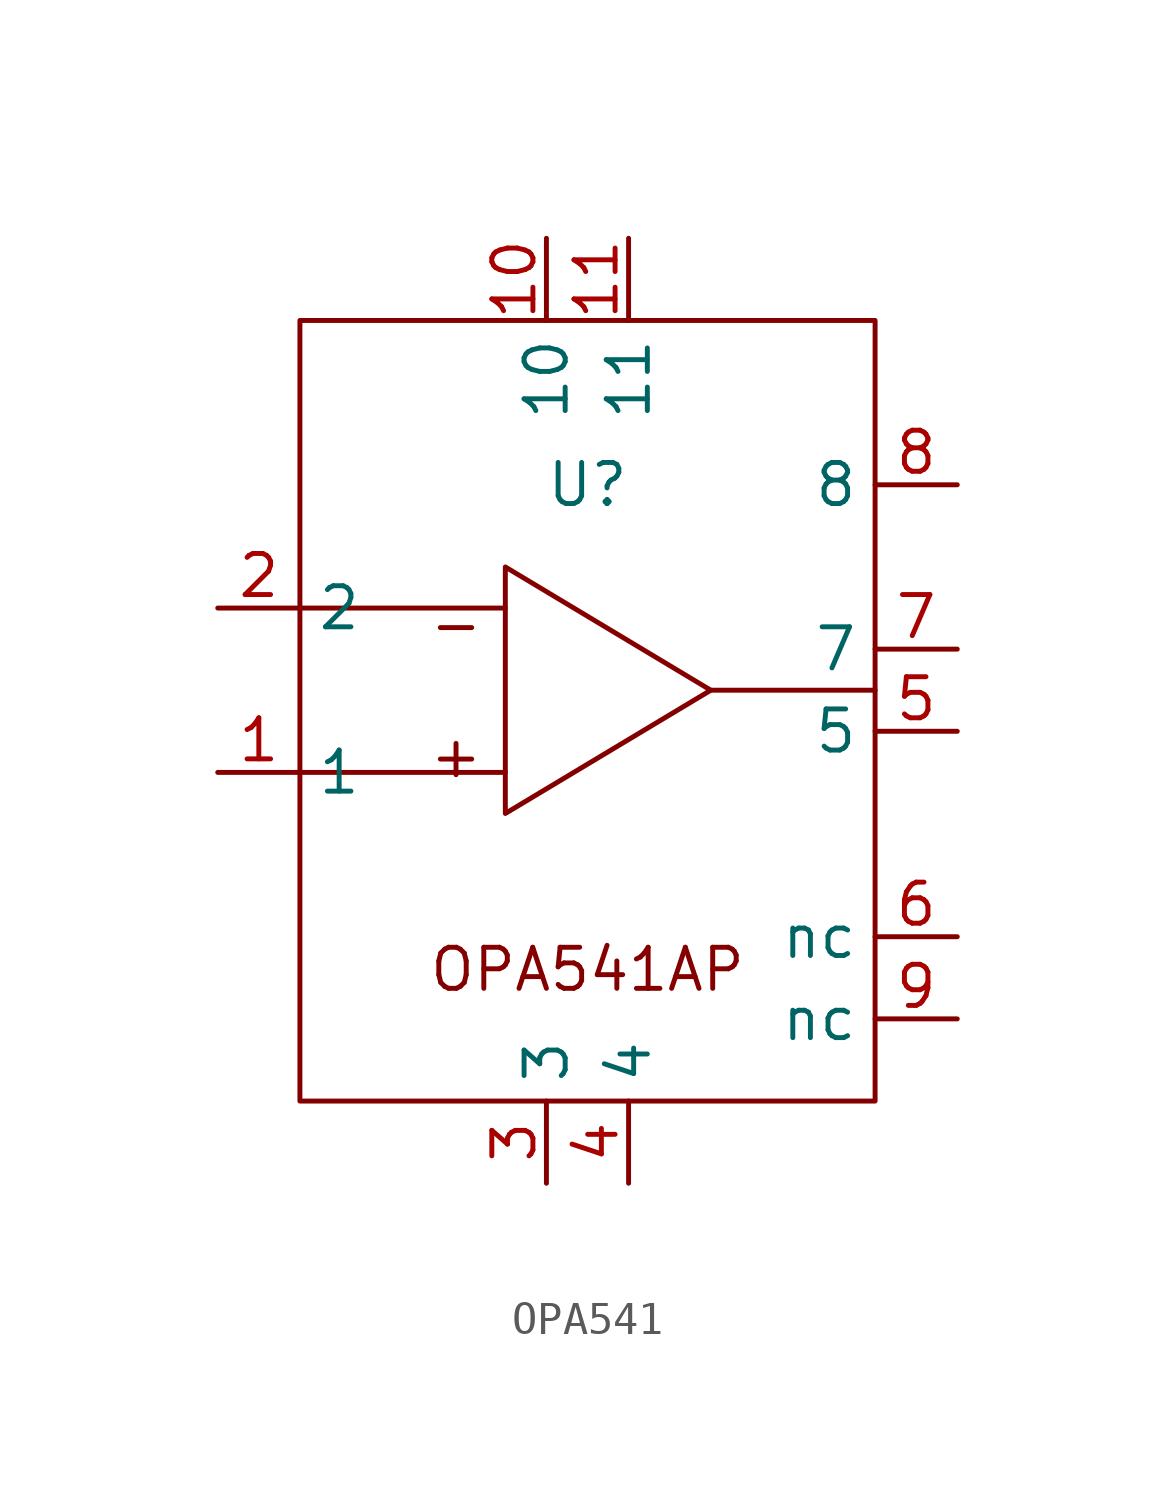
<source format=kicad_sym>
(kicad_symbol_lib
  (version 20231120)
  (generator "kicad_symbol_editor")
  (generator_version "8.0")
  (symbol "OPA541"
    (property "Reference" "U"
      (at 0 6.35 0)
      (effects (font (size 1.27 1.27))))
    (property "Value" ""
      (at 0 0 0)
      (effects (font (size 1.27 1.27))))
    (symbol "OPA541_0_1"
      (rectangle (start -8.89 11.43) (end 8.89 -12.7) (stroke (width 0) (type default)) (fill (type none))))
    (symbol "OPA541_1_1"
      (polyline (pts (xy -8.89 -2.54) (xy -2.54 -2.54)) (stroke (width 0) (type default)) (fill (type none)))
      (polyline (pts (xy -8.89 2.54) (xy -2.54 2.54)) (stroke (width 0) (type default)) (fill (type none)))
      (polyline (pts (xy 3.81 0) (xy 8.89 0)) (stroke (width 0) (type default)) (fill (type none)))
      (polyline (pts (xy -2.54 -3.81) (xy -2.54 3.81) (xy 3.81 0) (xy -2.54 -3.81)) (stroke (width 0) (type default)) (fill (type none)))
      (text "+" (at -4.064 -2.032 0) (effects (font (size 1.27 1.27))))
      (text "-" (at -4.064 2.032 0) (effects (font (size 1.27 1.27))))
      (text "OPA541AP\n" (at 0 -8.636 0) (effects (font (size 1.27 1.27))))
      (pin input line (at -11.43 -2.54 0) (length 2.54) (name "1" (effects (font (size 1.27 1.27)))) (number "1" (effects (font (size 1.27 1.27)))))
      (pin input line (at -1.27 13.97 270) (length 2.54) (name "10" (effects (font (size 1.27 1.27)))) (number "10" (effects (font (size 1.27 1.27)))))
      (pin input line (at 1.27 13.97 270) (length 2.54) (name "11" (effects (font (size 1.27 1.27)))) (number "11" (effects (font (size 1.27 1.27)))))
      (pin input line (at -11.43 2.54 0) (length 2.54) (name "2" (effects (font (size 1.27 1.27)))) (number "2" (effects (font (size 1.27 1.27)))))
      (pin input line (at -1.27 -15.24 90) (length 2.54) (name "3" (effects (font (size 1.27 1.27)))) (number "3" (effects (font (size 1.27 1.27)))))
      (pin input line (at 1.27 -15.24 90) (length 2.54) (name "4" (effects (font (size 1.27 1.27)))) (number "4" (effects (font (size 1.27 1.27)))))
      (pin input line (at 11.43 -1.27 180) (length 2.54) (name "5" (effects (font (size 1.27 1.27)))) (number "5" (effects (font (size 1.27 1.27)))))
      (pin input line (at 11.43 -7.62 180) (length 2.54) (name "nc" (effects (font (size 1.27 1.27)))) (number "6" (effects (font (size 1.27 1.27)))))
      (pin input line (at 11.43 1.27 180) (length 2.54) (name "7" (effects (font (size 1.27 1.27)))) (number "7" (effects (font (size 1.27 1.27)))))
      (pin input line (at 11.43 6.35 180) (length 2.54) (name "8" (effects (font (size 1.27 1.27)))) (number "8" (effects (font (size 1.27 1.27)))))
      (pin input line (at 11.43 -10.16 180) (length 2.54) (name "nc" (effects (font (size 1.27 1.27)))) (number "9" (effects (font (size 1.27 1.27))))))))
</source>
